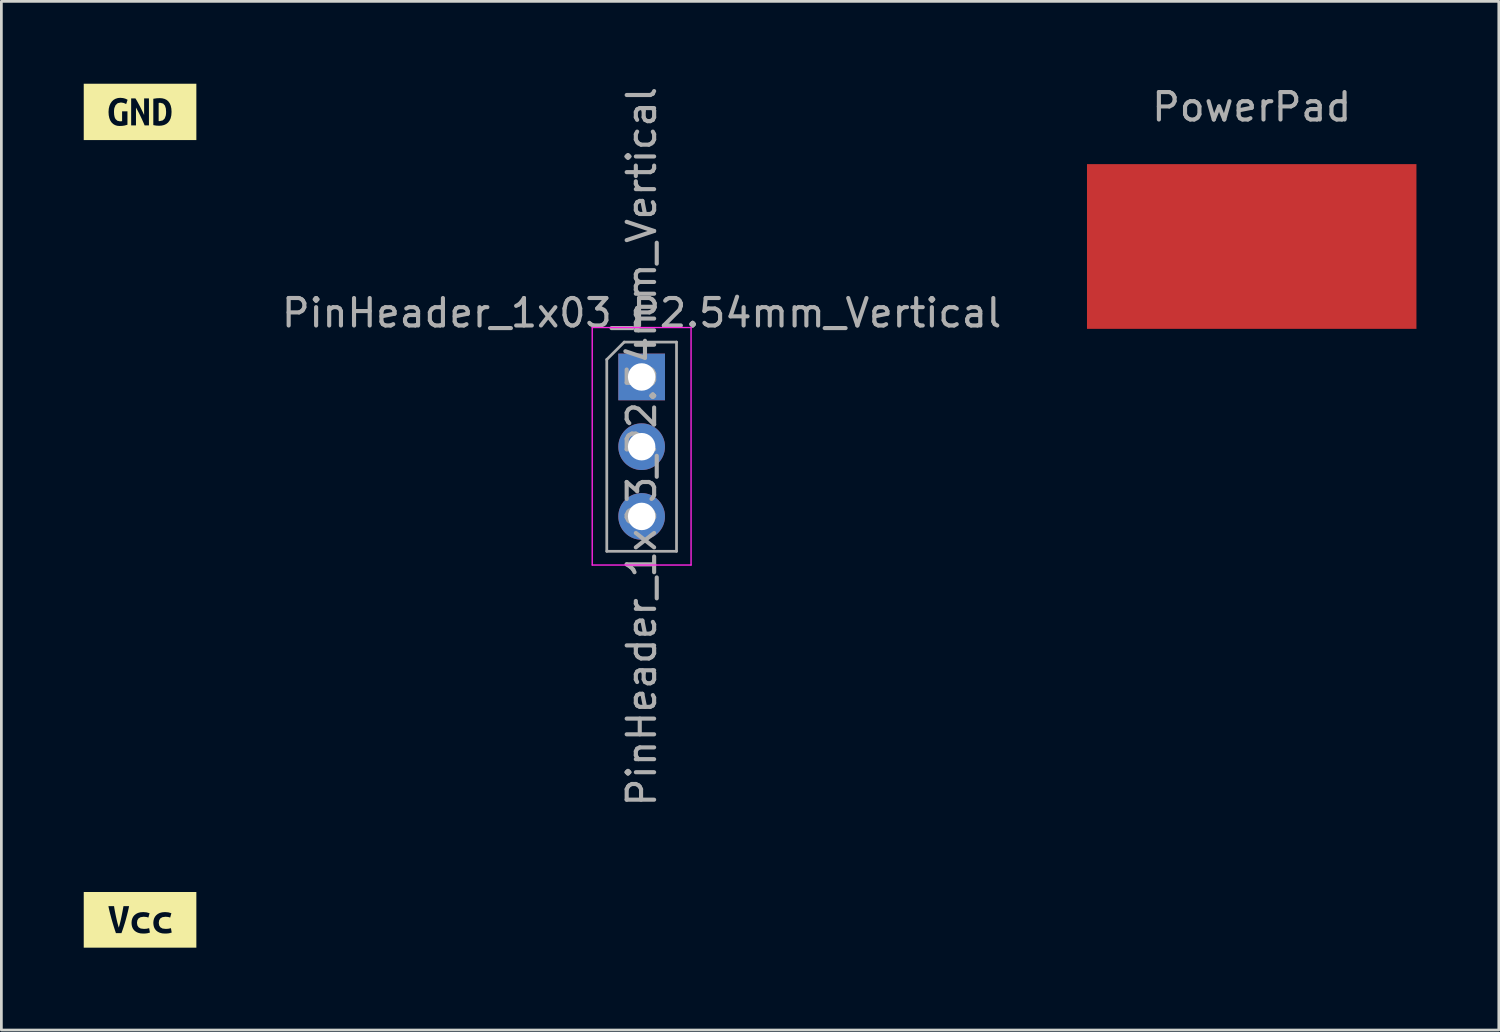
<source format=kicad_pcb>
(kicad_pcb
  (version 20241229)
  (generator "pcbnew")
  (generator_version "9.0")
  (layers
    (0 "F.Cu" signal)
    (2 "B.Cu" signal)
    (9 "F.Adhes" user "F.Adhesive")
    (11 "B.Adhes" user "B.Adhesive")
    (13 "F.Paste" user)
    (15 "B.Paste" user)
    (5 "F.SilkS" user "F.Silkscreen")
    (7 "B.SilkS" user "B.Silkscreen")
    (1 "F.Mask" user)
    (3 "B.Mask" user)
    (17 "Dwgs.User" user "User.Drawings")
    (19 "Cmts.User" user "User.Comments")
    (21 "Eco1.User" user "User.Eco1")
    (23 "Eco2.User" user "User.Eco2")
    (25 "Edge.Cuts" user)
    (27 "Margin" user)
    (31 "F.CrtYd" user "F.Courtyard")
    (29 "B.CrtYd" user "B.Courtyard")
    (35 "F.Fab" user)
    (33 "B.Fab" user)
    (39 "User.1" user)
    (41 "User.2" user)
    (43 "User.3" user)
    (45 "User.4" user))
  (footprint "GND"
    (layer "F.Cu")
    (at 2.051 1.026)
    (property "Reference" "GND" (at 0 -1.026 0) (layer "F.SilkS") (effects (font (size 0.001 0.001) (thickness 0.000003))))
    (attr exclude_from_pos_files exclude_from_bom)
    (fp_poly (pts (xy 0.678 0.333) (xy 0.695 0.335) (xy 0.713 0.335) (xy 0.825 0.31) (xy 0.898 0.24) (xy 0.937 0.134) (xy 0.946 0.07) (xy 0.949 0) (xy 0.94 -0.124) (xy 0.906 -0.23) (xy 0.841 -0.304) (xy 0.735 -0.332) (xy 0.706 -0.331) (xy 0.678 -0.327) (xy 0.678 0.333)) (stroke (width 0) (type solid)) (fill yes) (layer "F.SilkS"))
    (fp_poly (pts (xy -1.538 -1.025) (xy -0.889 -0.48) (xy -0.808 -0.505) (xy -0.722 -0.513) (xy -0.62 -0.504) (xy -0.541 -0.484) (xy -0.487 -0.46) (xy -0.454 -0.441) (xy -0.505 -0.286) (xy -0.591 -0.325) (xy -0.695 -0.343) (xy -0.813 -0.318) (xy -0.891 -0.247) (xy -0.936 -0.139) (xy -0.946 -0.073) (xy -0.949 0) (xy -0.943 0.107) (xy -0.925 0.194) (xy -0.894 0.26) (xy -0.825 0.322) (xy -0.73 0.343) (xy -0.692 0.341) (xy -0.654 0.337) (xy -0.654 -0.022) (xy -0.459 -0.022) (xy -0.324 0.492) (xy -0.324 -0.491) (xy -0.167 -0.491) (xy -0.122 -0.418) (xy -0.078 -0.339) (xy -0.034 -0.257) (xy 0.009 -0.176) (xy 0.049 -0.096) (xy 0.087 -0.019) (xy 0.12 0.052) (xy 0.148 0.114) (xy 0.148 -0.491) (xy 0.324 -0.491) (xy 0.483 0.481) (xy 0.483 -0.478) (xy 0.608 -0.497) (xy 0.718 -0.502) (xy 0.81 -0.495) (xy 0.895 -0.473) (xy 0.969 -0.436) (xy 1.03 -0.383) (xy 1.08 -0.314) (xy 1.117 -0.228) (xy 1.14 -0.124) (xy 1.148 0) (xy 1.139 0.126) (xy 1.114 0.233) (xy 1.073 0.32) (xy 1.019 0.389) (xy 0.953 0.441) (xy 0.876 0.477) (xy 0.788 0.498) (xy 0.692 0.505) (xy 0.59 0.499) (xy 0.483 0.481) (xy 0.324 -0.491) (xy 0.324 0.492) (xy 0.167 0.492) (xy 0.121 0.383) (xy 0.072 0.274) (xy 0.021 0.166) (xy -0.032 0.057) (xy -0.089 -0.051) (xy -0.148 -0.16) (xy -0.148 0.492) (xy -0.324 0.492) (xy -0.459 -0.022) (xy -0.459 0.468) (xy -0.568 0.497) (xy -0.649 0.509) (xy -0.746 0.513) (xy -0.834 0.505) (xy -0.912 0.48) (xy -0.98 0.44) (xy -1.038 0.383) (xy -1.085 0.311) (xy -1.119 0.223) (xy -1.141 0.119) (xy -1.148 0) (xy -1.139 -0.118) (xy -1.114 -0.221) (xy -1.075 -0.31) (xy -1.024 -0.383) (xy -0.962 -0.44) (xy -0.889 -0.48) (xy -1.538 -1.025) (xy -2.051 -1.025) (xy -2.051 1.025) (xy -1.538 1.025) (xy 1.538 1.025) (xy 2.051 1.025) (xy 2.051 -1.025) (xy 1.538 -1.025) (xy -1.538 -1.025)) (stroke (width 0) (type solid)) (fill yes) (layer "F.SilkS")))
  (footprint "Vcc"
    (layer "F.Cu")
    (at 2.051 30.454)
    (property "Reference" "Vcc" (at 0 -1.013 0) (layer "F.SilkS") (effects (font (size 0.001 0.001) (thickness 0.000003))))
    (attr exclude_from_pos_files exclude_from_bom)
    (fp_poly (pts (xy -1.538 -1.013) (xy -0.879 0.483) (xy -0.918 0.366) (xy -0.96 0.235) (xy -0.988 0.143) (xy -1.015 0.051) (xy -1.041 -0.04) (xy -1.065 -0.13) (xy -1.088 -0.217) (xy -1.109 -0.3) (xy -1.135 -0.411) (xy -1.153 -0.5) (xy -0.947 -0.5) (xy -0.935 -0.418) (xy -0.918 -0.323) (xy -0.898 -0.221) (xy -0.876 -0.115) (xy -0.852 -0.009) (xy -0.827 0.096) (xy -0.801 0.195) (xy -0.775 0.283) (xy -0.75 0.196) (xy -0.725 0.098) (xy -0.7 -0.007) (xy -0.677 -0.114) (xy -0.656 -0.219) (xy -0.636 -0.322) (xy -0.618 -0.418) (xy -0.604 -0.5) (xy -0.399 -0.5) (xy -0.42 -0.399) (xy -0.446 -0.287) (xy -0.476 -0.167) (xy -0.51 -0.04) (xy -0.534 0.046) (xy -0.56 0.134) (xy -0.588 0.223) (xy -0.617 0.312) (xy -0.31 0.11) (xy -0.304 0.031) (xy -0.285 -0.043) (xy -0.253 -0.11) (xy -0.207 -0.167) (xy -0.148 -0.215) (xy -0.075 -0.252) (xy 0.013 -0.275) (xy 0.117 -0.283) (xy 0.237 -0.273) (xy 0.347 -0.241) (xy 0.304 -0.084) (xy 0.233 -0.104) (xy 0.134 -0.113) (xy 0.017 -0.096) (xy -0.058 -0.05) (xy -0.099 0.021) (xy -0.112 0.11) (xy -0.097 0.202) (xy -0.054 0.271) (xy 0.483 0.11) (xy 0.49 0.031) (xy 0.509 -0.043) (xy 0.541 -0.11) (xy 0.587 -0.167) (xy 0.646 -0.215) (xy 0.719 -0.252) (xy 0.807 -0.275) (xy 0.91 -0.283) (xy 1.031 -0.273) (xy 1.141 -0.241) (xy 1.098 -0.084) (xy 1.027 -0.104) (xy 0.928 -0.113) (xy 0.811 -0.096) (xy 0.736 -0.05) (xy 0.695 0.021) (xy 0.682 0.11) (xy 0.696 0.202) (xy 0.74 0.271) (xy 0.818 0.316) (xy 0.937 0.33) (xy 1.033 0.324) (xy 1.125 0.303) (xy 1.153 0.464) (xy 1.053 0.49) (xy 0.989 0.497) (xy 0.915 0.5) (xy 0.809 0.493) (xy 0.719 0.47) (xy 0.645 0.434) (xy 0.585 0.387) (xy 0.54 0.33) (xy 0.508 0.264) (xy 0.49 0.189) (xy 0.483 0.11) (xy -0.054 0.271) (xy 0.024 0.316) (xy 0.144 0.33) (xy 0.24 0.324) (xy 0.331 0.303) (xy 0.36 0.464) (xy 0.26 0.49) (xy 0.196 0.497) (xy 0.121 0.5) (xy 0.015 0.493) (xy -0.075 0.47) (xy -0.149 0.434) (xy -0.209 0.387) (xy -0.254 0.33) (xy -0.286 0.264) (xy -0.304 0.189) (xy -0.31 0.11) (xy -0.617 0.312) (xy -0.647 0.398) (xy -0.677 0.483) (xy -0.879 0.483) (xy -1.538 -1.013) (xy -2.051 -1.013) (xy -2.051 1.013) (xy -1.538 1.013) (xy 1.538 1.013) (xy 2.051 1.013) (xy 2.051 -1.013) (xy 1.538 -1.013) (xy -1.538 -1.013)) (stroke (width 0) (type solid)) (fill yes) (layer "F.SilkS")))
  (footprint "PinHeader_1x03_P2.54mm_Vertical"
    (layer "F.Cu")
    (at 20.321 10.68)
    (property "Reference" "PinHeader_1x03_P2.54mm_Vertical" (at 0 -2.33 180) (layer "F.Fab") (effects (font (size 1 1) (thickness 0.15))))
    (attr through_hole)
    (fp_line (start -1.8 -1.8) (end -1.8 6.85) (stroke (width 0.05) (type solid)) (layer "F.CrtYd"))
    (fp_line (start -1.8 6.85) (end 1.8 6.85) (stroke (width 0.05) (type solid)) (layer "F.CrtYd"))
    (fp_line (start 1.8 -1.8) (end -1.8 -1.8) (stroke (width 0.05) (type solid)) (layer "F.CrtYd"))
    (fp_line (start 1.8 6.85) (end 1.8 -1.8) (stroke (width 0.05) (type solid)) (layer "F.CrtYd"))
    (fp_line (start -1.27 -0.635) (end -0.635 -1.27) (stroke (width 0.1) (type solid)) (layer "F.Fab"))
    (fp_line (start -1.27 6.35) (end -1.27 -0.635) (stroke (width 0.1) (type solid)) (layer "F.Fab"))
    (fp_line (start -0.635 -1.27) (end 1.27 -1.27) (stroke (width 0.1) (type solid)) (layer "F.Fab"))
    (fp_line (start 1.27 -1.27) (end 1.27 6.35) (stroke (width 0.1) (type solid)) (layer "F.Fab"))
    (fp_line (start 1.27 6.35) (end -1.27 6.35) (stroke (width 0.1) (type solid)) (layer "F.Fab"))
    (fp_text user "${REFERENCE}" (at 0 2.54 90) (layer "F.Fab") (effects (font (size 1 1) (thickness 0.15))))
    (pad "1" thru_hole rect (at 0 0) (size 1.7 1.7) (drill 1) (layers "*.Cu" "*.Mask"))
    (pad "2" thru_hole oval (at 0 2.54) (size 1.7 1.7) (drill 1) (layers "*.Cu" "*.Mask"))
    (pad "3" thru_hole oval (at 0 5.08) (size 1.7 1.7) (drill 1) (layers "*.Cu" "*.Mask")))
  (footprint "PowerPad"
    (layer "F.Cu")
    (at 42.542 5.928)
    (property "Reference" "PowerPad" (at 0 -5.08 0) (layer "F.Fab") (effects (font (size 1 1) (thickness 0.15))))
    (attr through_hole)
    (pad "1" smd rect (at 0 0) (size 12 6) (layers "F.Cu" "F.Mask" "F.Paste")))
  (gr_rect
    (start -3 -3)
    (end 51.542 34.467)
    (stroke (width 0.1) (type default))
    (fill no)
    (layer "Edge.Cuts")))
</source>
